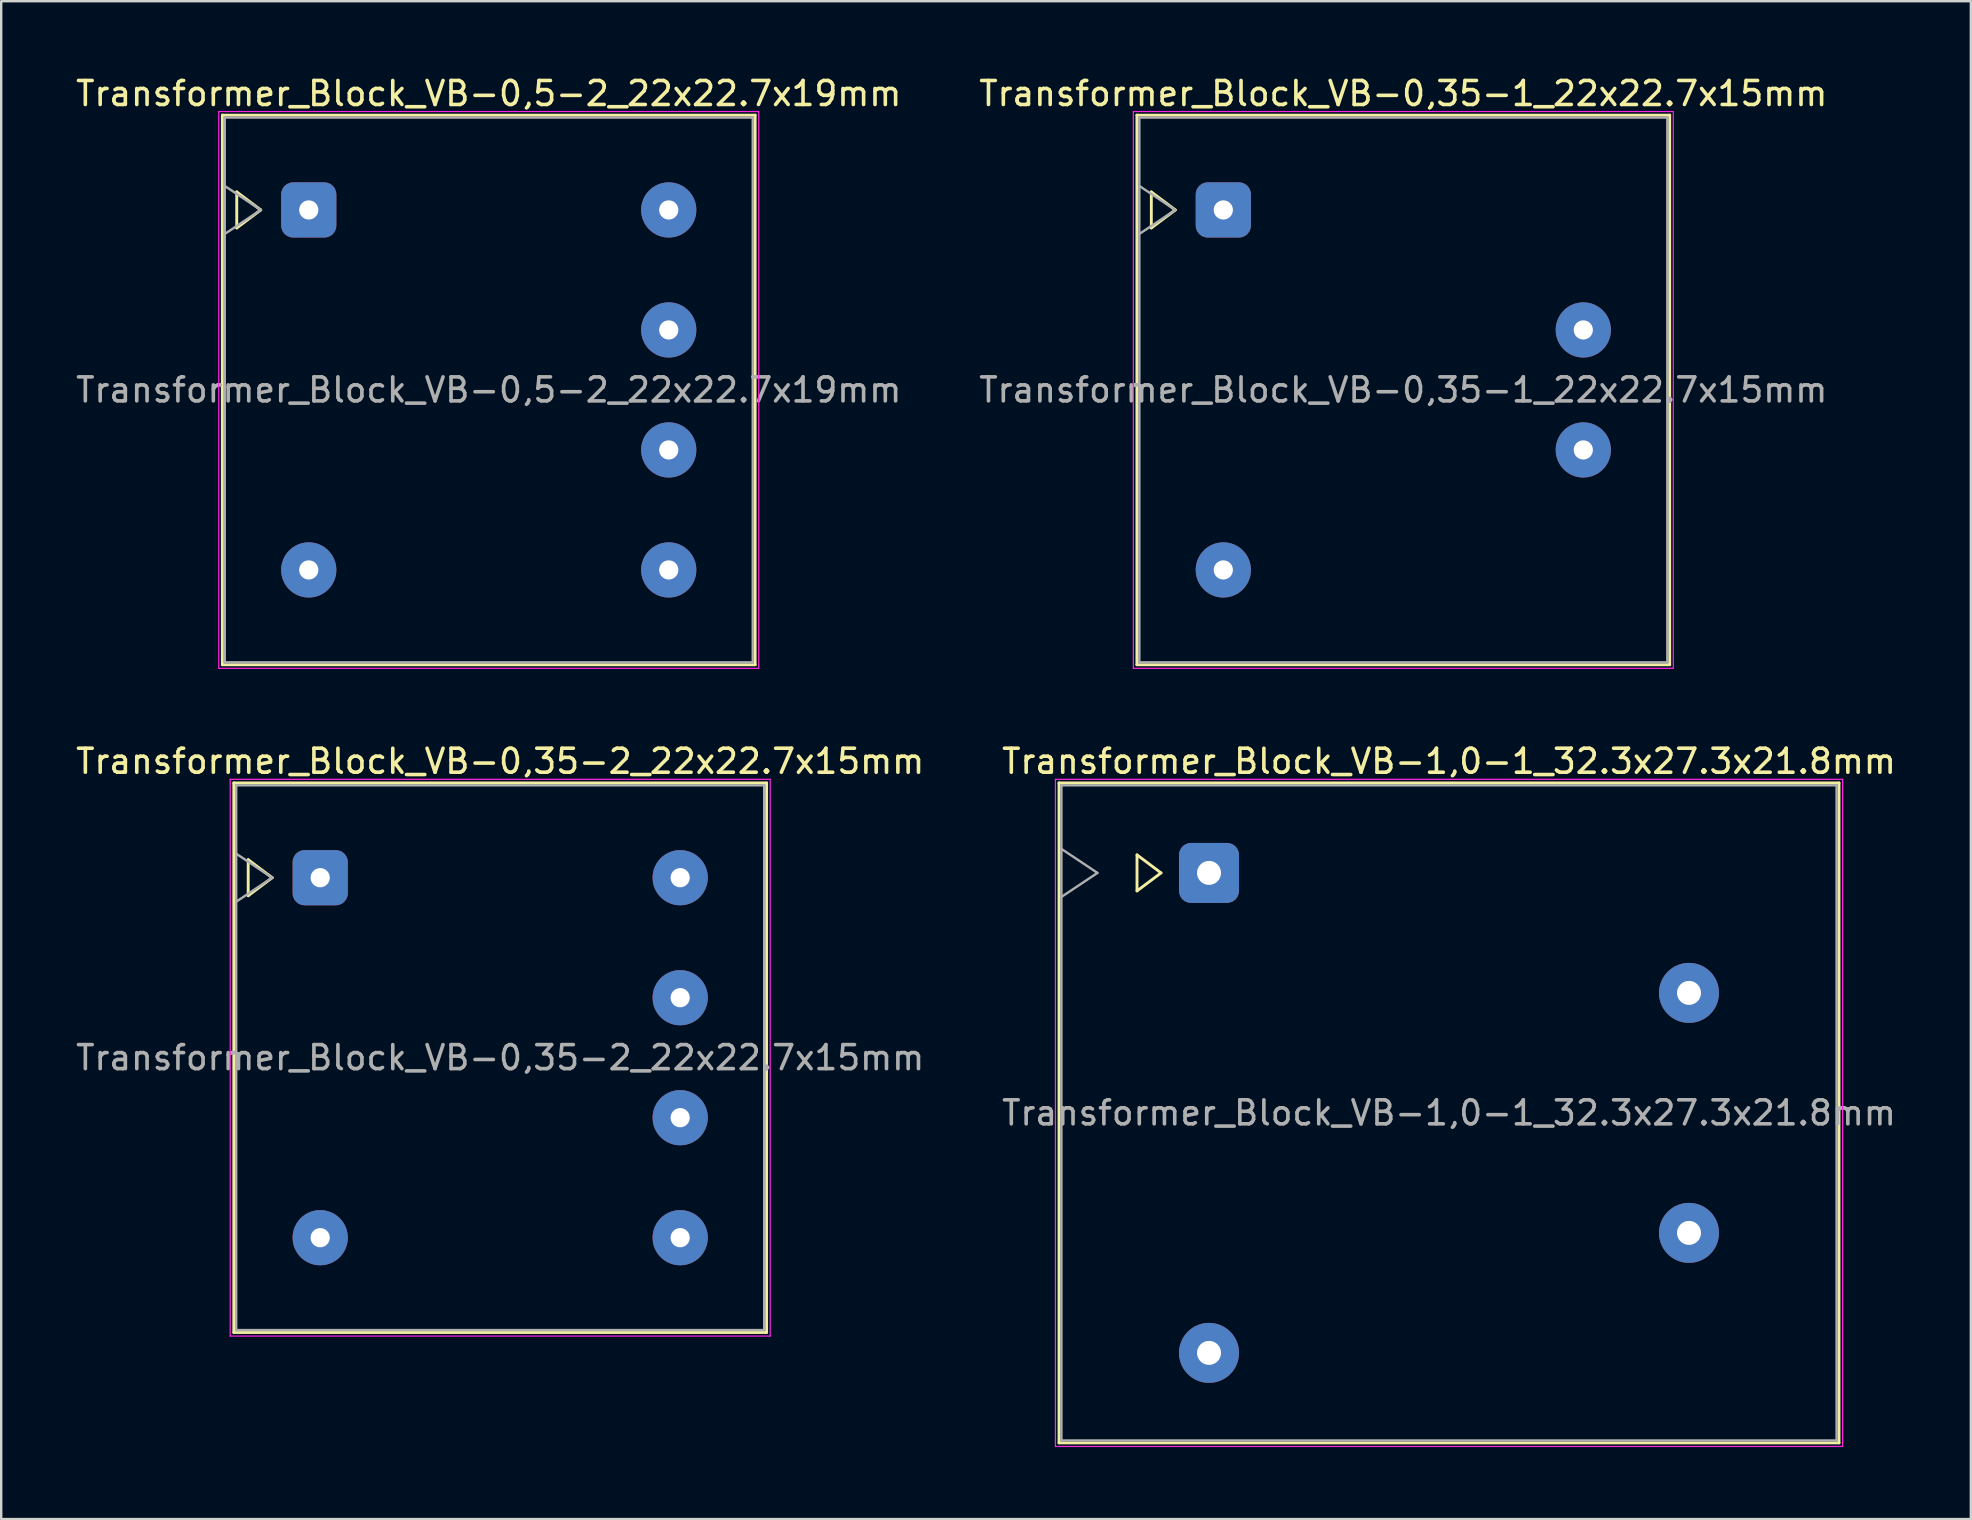
<source format=kicad_pcb>
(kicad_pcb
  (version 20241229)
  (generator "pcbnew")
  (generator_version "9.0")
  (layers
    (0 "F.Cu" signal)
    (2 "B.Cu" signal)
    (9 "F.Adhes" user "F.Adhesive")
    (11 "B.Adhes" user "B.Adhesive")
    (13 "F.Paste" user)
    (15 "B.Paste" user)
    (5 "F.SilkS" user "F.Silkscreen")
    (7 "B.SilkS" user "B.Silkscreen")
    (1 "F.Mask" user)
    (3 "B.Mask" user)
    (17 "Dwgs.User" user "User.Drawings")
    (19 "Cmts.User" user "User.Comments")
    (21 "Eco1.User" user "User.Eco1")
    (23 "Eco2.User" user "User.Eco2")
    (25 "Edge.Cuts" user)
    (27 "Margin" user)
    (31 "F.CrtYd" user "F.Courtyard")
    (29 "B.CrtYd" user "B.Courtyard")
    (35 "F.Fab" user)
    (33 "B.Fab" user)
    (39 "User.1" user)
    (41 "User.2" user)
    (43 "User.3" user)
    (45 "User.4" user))
  (footprint "Transformer_Block_VB-0,5-2_22x22.7x19mm"
    (layer "F.Cu")
    (at 9.815 5.698)
    (property "Reference" "Transformer_Block_VB-0,5-2_22x22.7x19mm" (at 7.5 -4.85 0) (layer "F.SilkS") (effects (font (size 1 1) (thickness 0.15))))
    (attr through_hole)
    (fp_line (start -3.6 -3.95) (end -3.6 18.95) (stroke (width 0.12) (type solid)) (layer "F.SilkS"))
    (fp_line (start -3.6 18.95) (end 18.6 18.95) (stroke (width 0.12) (type solid)) (layer "F.SilkS"))
    (fp_line (start -3 -0.75) (end -2 0) (stroke (width 0.12) (type solid)) (layer "F.SilkS"))
    (fp_line (start -3 0.75) (end -3 -0.75) (stroke (width 0.12) (type solid)) (layer "F.SilkS"))
    (fp_line (start -2 0) (end -3 0.75) (stroke (width 0.12) (type solid)) (layer "F.SilkS"))
    (fp_line (start 18.6 -3.95) (end -3.6 -3.95) (stroke (width 0.12) (type solid)) (layer "F.SilkS"))
    (fp_line (start 18.6 18.95) (end 18.6 -3.95) (stroke (width 0.12) (type solid)) (layer "F.SilkS"))
    (fp_line (start -3.75 -4.1) (end -3.75 19.1) (stroke (width 0.05) (type solid)) (layer "F.CrtYd"))
    (fp_line (start -3.75 19.1) (end 18.75 19.1) (stroke (width 0.05) (type solid)) (layer "F.CrtYd"))
    (fp_line (start 18.75 -4.1) (end -3.75 -4.1) (stroke (width 0.05) (type solid)) (layer "F.CrtYd"))
    (fp_line (start 18.75 19.1) (end 18.75 -4.1) (stroke (width 0.05) (type solid)) (layer "F.CrtYd"))
    (fp_line (start -3.5 -3.85) (end -3.5 18.85) (stroke (width 0.1) (type solid)) (layer "F.Fab"))
    (fp_line (start -3.5 -1) (end -2 0) (stroke (width 0.1) (type solid)) (layer "F.Fab"))
    (fp_line (start -3.5 18.85) (end 18.5 18.85) (stroke (width 0.1) (type solid)) (layer "F.Fab"))
    (fp_line (start -2 0) (end -3.5 1) (stroke (width 0.1) (type solid)) (layer "F.Fab"))
    (fp_line (start 18.5 -3.85) (end -3.5 -3.85) (stroke (width 0.1) (type solid)) (layer "F.Fab"))
    (fp_line (start 18.5 18.85) (end 18.5 -3.85) (stroke (width 0.1) (type solid)) (layer "F.Fab"))
    (fp_text user "${REFERENCE}" (at 7.5 7.5 0) (layer "F.Fab") (effects (font (size 1 1) (thickness 0.15))))
    (pad "1" thru_hole roundrect (at 0 0) (size 2.3 2.3) (drill 0.8) (layers "*.Cu" "*.Mask") (roundrect_rratio 0.217))
    (pad "2" thru_hole circle (at 0 15) (size 2.3 2.3) (drill 0.8) (layers "*.Cu" "*.Mask"))
    (pad "3" thru_hole circle (at 15 15) (size 2.3 2.3) (drill 0.8) (layers "*.Cu" "*.Mask"))
    (pad "4" thru_hole circle (at 15 10) (size 2.3 2.3) (drill 0.8) (layers "*.Cu" "*.Mask"))
    (pad "5" thru_hole circle (at 15 5) (size 2.3 2.3) (drill 0.8) (layers "*.Cu" "*.Mask"))
    (pad "6" thru_hole circle (at 15 0) (size 2.3 2.3) (drill 0.8) (layers "*.Cu" "*.Mask")))
  (footprint "Transformer_Block_VB-0,35-2_22x22.7x15mm"
    (layer "F.Cu")
    (at 10.292 33.522)
    (property "Reference" "Transformer_Block_VB-0,35-2_22x22.7x15mm" (at 7.5 -4.85 0) (layer "F.SilkS") (effects (font (size 1 1) (thickness 0.15))))
    (attr through_hole)
    (fp_line (start -3.6 -3.95) (end -3.6 18.95) (stroke (width 0.12) (type solid)) (layer "F.SilkS"))
    (fp_line (start -3.6 18.95) (end 18.6 18.95) (stroke (width 0.12) (type solid)) (layer "F.SilkS"))
    (fp_line (start -3 -0.75) (end -2 0) (stroke (width 0.12) (type solid)) (layer "F.SilkS"))
    (fp_line (start -3 0.75) (end -3 -0.75) (stroke (width 0.12) (type solid)) (layer "F.SilkS"))
    (fp_line (start -2 0) (end -3 0.75) (stroke (width 0.12) (type solid)) (layer "F.SilkS"))
    (fp_line (start 18.6 -3.95) (end -3.6 -3.95) (stroke (width 0.12) (type solid)) (layer "F.SilkS"))
    (fp_line (start 18.6 18.95) (end 18.6 -3.95) (stroke (width 0.12) (type solid)) (layer "F.SilkS"))
    (fp_line (start -3.75 -4.1) (end -3.75 19.1) (stroke (width 0.05) (type solid)) (layer "F.CrtYd"))
    (fp_line (start -3.75 19.1) (end 18.75 19.1) (stroke (width 0.05) (type solid)) (layer "F.CrtYd"))
    (fp_line (start 18.75 -4.1) (end -3.75 -4.1) (stroke (width 0.05) (type solid)) (layer "F.CrtYd"))
    (fp_line (start 18.75 19.1) (end 18.75 -4.1) (stroke (width 0.05) (type solid)) (layer "F.CrtYd"))
    (fp_line (start -3.5 -3.85) (end -3.5 18.85) (stroke (width 0.1) (type solid)) (layer "F.Fab"))
    (fp_line (start -3.5 -1) (end -2 0) (stroke (width 0.1) (type solid)) (layer "F.Fab"))
    (fp_line (start -3.5 18.85) (end 18.5 18.85) (stroke (width 0.1) (type solid)) (layer "F.Fab"))
    (fp_line (start -2 0) (end -3.5 1) (stroke (width 0.1) (type solid)) (layer "F.Fab"))
    (fp_line (start 18.5 -3.85) (end -3.5 -3.85) (stroke (width 0.1) (type solid)) (layer "F.Fab"))
    (fp_line (start 18.5 18.85) (end 18.5 -3.85) (stroke (width 0.1) (type solid)) (layer "F.Fab"))
    (fp_text user "${REFERENCE}" (at 7.5 7.5 0) (layer "F.Fab") (effects (font (size 1 1) (thickness 0.15))))
    (pad "1" thru_hole roundrect (at 0 0) (size 2.3 2.3) (drill 0.8) (layers "*.Cu" "*.Mask") (roundrect_rratio 0.217))
    (pad "2" thru_hole circle (at 0 15) (size 2.3 2.3) (drill 0.8) (layers "*.Cu" "*.Mask"))
    (pad "3" thru_hole circle (at 15 15) (size 2.3 2.3) (drill 0.8) (layers "*.Cu" "*.Mask"))
    (pad "4" thru_hole circle (at 15 10) (size 2.3 2.3) (drill 0.8) (layers "*.Cu" "*.Mask"))
    (pad "5" thru_hole circle (at 15 5) (size 2.3 2.3) (drill 0.8) (layers "*.Cu" "*.Mask"))
    (pad "6" thru_hole circle (at 15 0) (size 2.3 2.3) (drill 0.8) (layers "*.Cu" "*.Mask")))
  (footprint "Transformer_Block_VB-1,0-1_32.3x27.3x21.8mm"
    (layer "F.Cu")
    (at 47.327 33.322)
    (property "Reference" "Transformer_Block_VB-1,0-1_32.3x27.3x21.8mm" (at 10 -4.65 0) (layer "F.SilkS") (effects (font (size 1 1) (thickness 0.15))))
    (attr through_hole)
    (fp_line (start -6.25 -3.75) (end -6.25 23.75) (stroke (width 0.12) (type solid)) (layer "F.SilkS"))
    (fp_line (start -6.25 23.75) (end 26.25 23.75) (stroke (width 0.12) (type solid)) (layer "F.SilkS"))
    (fp_line (start -3 -0.75) (end -2 0) (stroke (width 0.12) (type solid)) (layer "F.SilkS"))
    (fp_line (start -3 0.75) (end -3 -0.75) (stroke (width 0.12) (type solid)) (layer "F.SilkS"))
    (fp_line (start -2 0) (end -3 0.75) (stroke (width 0.12) (type solid)) (layer "F.SilkS"))
    (fp_line (start 26.25 -3.75) (end -6.25 -3.75) (stroke (width 0.12) (type solid)) (layer "F.SilkS"))
    (fp_line (start 26.25 23.75) (end 26.25 -3.75) (stroke (width 0.12) (type solid)) (layer "F.SilkS"))
    (fp_line (start -6.4 -3.9) (end -6.4 23.9) (stroke (width 0.05) (type solid)) (layer "F.CrtYd"))
    (fp_line (start -6.4 23.9) (end 26.4 23.9) (stroke (width 0.05) (type solid)) (layer "F.CrtYd"))
    (fp_line (start 26.4 -3.9) (end -6.4 -3.9) (stroke (width 0.05) (type solid)) (layer "F.CrtYd"))
    (fp_line (start 26.4 23.9) (end 26.4 -3.9) (stroke (width 0.05) (type solid)) (layer "F.CrtYd"))
    (fp_line (start -6.15 -3.65) (end -6.15 23.65) (stroke (width 0.1) (type solid)) (layer "F.Fab"))
    (fp_line (start -6.15 -1) (end -4.65 0) (stroke (width 0.1) (type solid)) (layer "F.Fab"))
    (fp_line (start -6.15 23.65) (end 26.15 23.65) (stroke (width 0.1) (type solid)) (layer "F.Fab"))
    (fp_line (start -4.65 0) (end -6.15 1) (stroke (width 0.1) (type solid)) (layer "F.Fab"))
    (fp_line (start 26.15 -3.65) (end -6.15 -3.65) (stroke (width 0.1) (type solid)) (layer "F.Fab"))
    (fp_line (start 26.15 23.65) (end 26.15 -3.65) (stroke (width 0.1) (type solid)) (layer "F.Fab"))
    (fp_text user "${REFERENCE}" (at 10 10 0) (layer "F.Fab") (effects (font (size 1 1) (thickness 0.15))))
    (pad "1" thru_hole roundrect (at 0 0) (size 2.5 2.5) (drill 1) (layers "*.Cu" "*.Mask") (roundrect_rratio 0.2))
    (pad "2" thru_hole circle (at 0 20) (size 2.5 2.5) (drill 1) (layers "*.Cu" "*.Mask"))
    (pad "3" thru_hole circle (at 20 15) (size 2.5 2.5) (drill 1) (layers "*.Cu" "*.Mask"))
    (pad "4" thru_hole circle (at 20 5) (size 2.5 2.5) (drill 1) (layers "*.Cu" "*.Mask")))
  (footprint "Transformer_Block_VB-0,35-1_22x22.7x15mm"
    (layer "F.Cu")
    (at 47.923 5.698)
    (property "Reference" "Transformer_Block_VB-0,35-1_22x22.7x15mm" (at 7.5 -4.85 0) (layer "F.SilkS") (effects (font (size 1 1) (thickness 0.15))))
    (attr through_hole)
    (fp_line (start -3.6 -3.95) (end -3.6 18.95) (stroke (width 0.12) (type solid)) (layer "F.SilkS"))
    (fp_line (start -3.6 18.95) (end 18.6 18.95) (stroke (width 0.12) (type solid)) (layer "F.SilkS"))
    (fp_line (start -3 -0.75) (end -2 0) (stroke (width 0.12) (type solid)) (layer "F.SilkS"))
    (fp_line (start -3 0.75) (end -3 -0.75) (stroke (width 0.12) (type solid)) (layer "F.SilkS"))
    (fp_line (start -2 0) (end -3 0.75) (stroke (width 0.12) (type solid)) (layer "F.SilkS"))
    (fp_line (start 18.6 -3.95) (end -3.6 -3.95) (stroke (width 0.12) (type solid)) (layer "F.SilkS"))
    (fp_line (start 18.6 18.95) (end 18.6 -3.95) (stroke (width 0.12) (type solid)) (layer "F.SilkS"))
    (fp_line (start -3.75 -4.1) (end -3.75 19.1) (stroke (width 0.05) (type solid)) (layer "F.CrtYd"))
    (fp_line (start -3.75 19.1) (end 18.75 19.1) (stroke (width 0.05) (type solid)) (layer "F.CrtYd"))
    (fp_line (start 18.75 -4.1) (end -3.75 -4.1) (stroke (width 0.05) (type solid)) (layer "F.CrtYd"))
    (fp_line (start 18.75 19.1) (end 18.75 -4.1) (stroke (width 0.05) (type solid)) (layer "F.CrtYd"))
    (fp_line (start -3.5 -3.85) (end -3.5 18.85) (stroke (width 0.1) (type solid)) (layer "F.Fab"))
    (fp_line (start -3.5 -1) (end -2 0) (stroke (width 0.1) (type solid)) (layer "F.Fab"))
    (fp_line (start -3.5 18.85) (end 18.5 18.85) (stroke (width 0.1) (type solid)) (layer "F.Fab"))
    (fp_line (start -2 0) (end -3.5 1) (stroke (width 0.1) (type solid)) (layer "F.Fab"))
    (fp_line (start 18.5 -3.85) (end -3.5 -3.85) (stroke (width 0.1) (type solid)) (layer "F.Fab"))
    (fp_line (start 18.5 18.85) (end 18.5 -3.85) (stroke (width 0.1) (type solid)) (layer "F.Fab"))
    (fp_text user "${REFERENCE}" (at 7.5 7.5 0) (layer "F.Fab") (effects (font (size 1 1) (thickness 0.15))))
    (pad "1" thru_hole roundrect (at 0 0) (size 2.3 2.3) (drill 0.8) (layers "*.Cu" "*.Mask") (roundrect_rratio 0.217))
    (pad "2" thru_hole circle (at 0 15) (size 2.3 2.3) (drill 0.8) (layers "*.Cu" "*.Mask"))
    (pad "3" thru_hole circle (at 15 10) (size 2.3 2.3) (drill 0.8) (layers "*.Cu" "*.Mask"))
    (pad "4" thru_hole circle (at 15 5) (size 2.3 2.3) (drill 0.8) (layers "*.Cu" "*.Mask")))
  (gr_rect
    (start -3 -3)
    (end 79.071 60.246)
    (stroke (width 0.1) (type default))
    (fill no)
    (layer "Edge.Cuts")))
</source>
